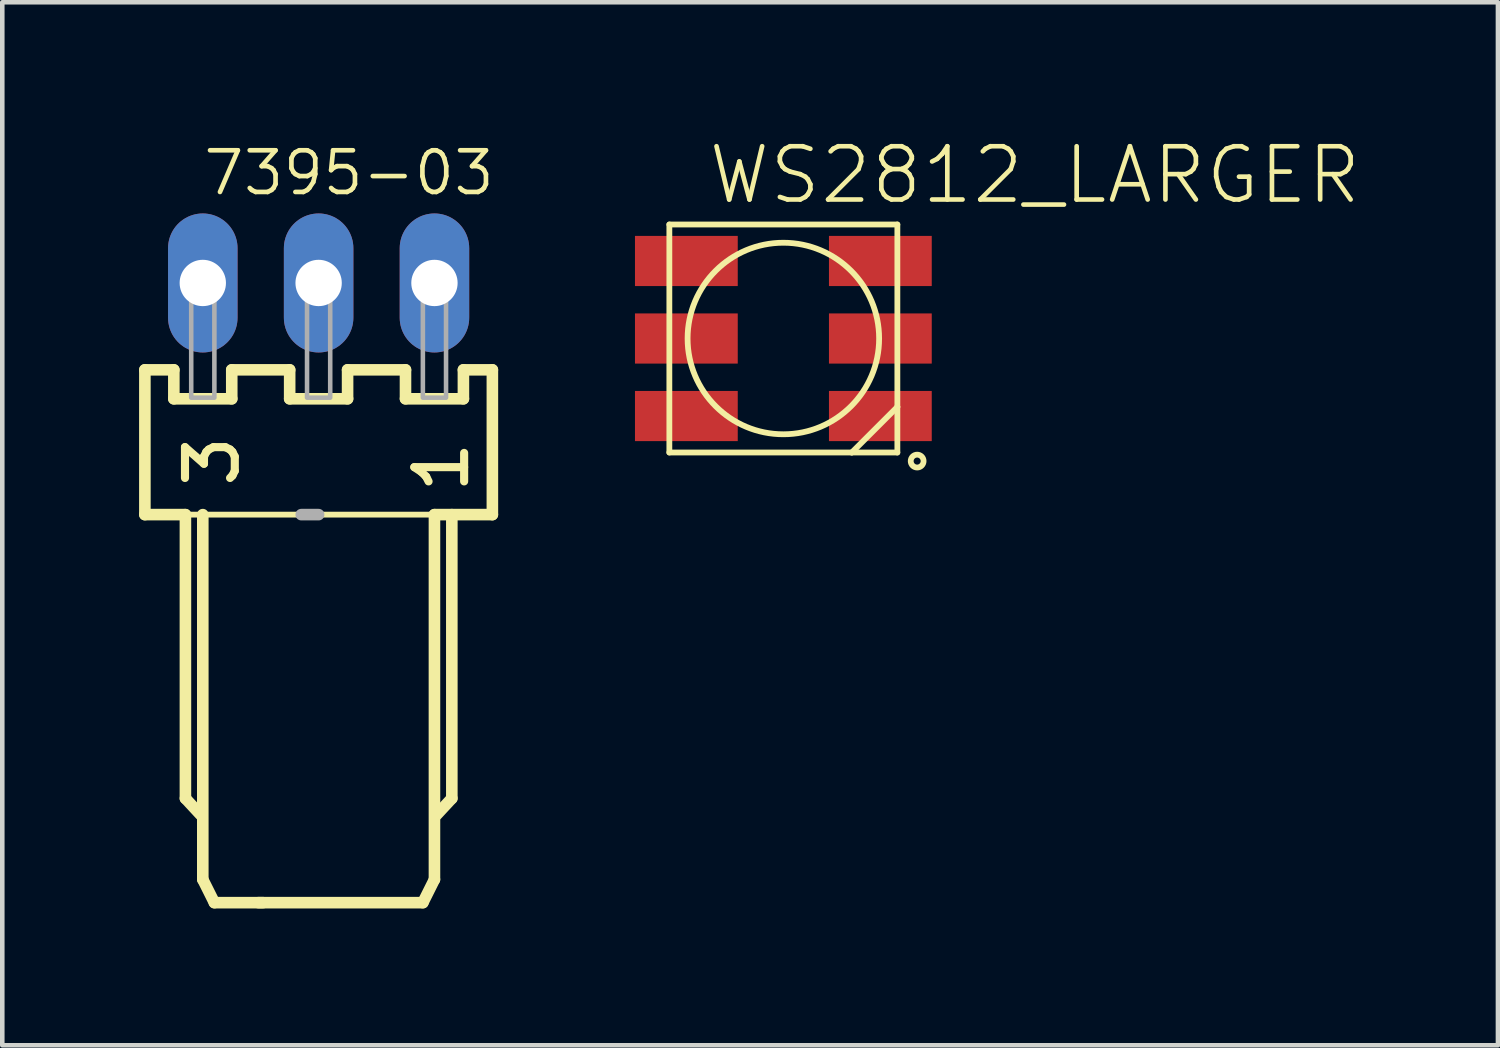
<source format=kicad_pcb>
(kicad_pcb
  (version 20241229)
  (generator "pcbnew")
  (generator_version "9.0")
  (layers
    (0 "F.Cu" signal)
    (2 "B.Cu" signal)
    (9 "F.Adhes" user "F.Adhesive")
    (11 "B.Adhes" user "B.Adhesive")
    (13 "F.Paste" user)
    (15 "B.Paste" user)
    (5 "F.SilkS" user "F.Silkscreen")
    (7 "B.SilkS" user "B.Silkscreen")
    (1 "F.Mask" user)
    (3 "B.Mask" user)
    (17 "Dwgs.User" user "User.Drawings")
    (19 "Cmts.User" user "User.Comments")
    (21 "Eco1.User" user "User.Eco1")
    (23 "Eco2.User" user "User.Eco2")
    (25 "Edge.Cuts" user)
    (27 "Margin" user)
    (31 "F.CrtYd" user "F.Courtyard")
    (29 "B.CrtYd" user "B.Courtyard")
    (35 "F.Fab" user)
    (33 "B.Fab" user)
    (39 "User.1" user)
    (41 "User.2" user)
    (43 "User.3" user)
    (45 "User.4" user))
  (footprint "7395-03"
    (layer "F.Cu")
    (at 3.937 3.155)
    (property "Reference" "7395-03" (at 3.91 -2.948 0) (layer "F.SilkS") (effects (font (size 0.914 0.914) (thickness 0.102)) (justify right top)))
    (fp_line (start -3.81 1.905) (end -3.81 5.08) (stroke (width 0.254) (type solid)) (layer "F.SilkS"))
    (fp_line (start -3.81 5.08) (end -2.921 5.08) (stroke (width 0.254) (type solid)) (layer "F.SilkS"))
    (fp_line (start -3.175 1.905) (end -3.81 1.905) (stroke (width 0.254) (type solid)) (layer "F.SilkS"))
    (fp_line (start -3.175 2.54) (end -3.175 1.905) (stroke (width 0.254) (type solid)) (layer "F.SilkS"))
    (fp_line (start -2.921 5.08) (end -2.921 11.303) (stroke (width 0.254) (type solid)) (layer "F.SilkS"))
    (fp_line (start -2.921 5.08) (end 2.54 5.08) (stroke (width 0.127) (type solid)) (layer "F.SilkS"))
    (fp_line (start -2.921 11.303) (end -2.591 11.659) (stroke (width 0.254) (type solid)) (layer "F.SilkS"))
    (fp_line (start -2.54 5.08) (end -2.54 13.081) (stroke (width 0.254) (type solid)) (layer "F.SilkS"))
    (fp_line (start -2.54 13.081) (end -2.286 13.589) (stroke (width 0.254) (type solid)) (layer "F.SilkS"))
    (fp_line (start -2.286 13.589) (end -1.219 13.589) (stroke (width 0.254) (type solid)) (layer "F.SilkS"))
    (fp_line (start -1.905 1.905) (end -1.905 2.54) (stroke (width 0.254) (type solid)) (layer "F.SilkS"))
    (fp_line (start -1.905 2.54) (end -3.175 2.54) (stroke (width 0.254) (type solid)) (layer "F.SilkS"))
    (fp_line (start -0.635 1.905) (end -1.905 1.905) (stroke (width 0.254) (type solid)) (layer "F.SilkS"))
    (fp_line (start -0.635 2.54) (end -0.635 1.905) (stroke (width 0.254) (type solid)) (layer "F.SilkS"))
    (fp_line (start 0.635 1.905) (end 0.635 2.54) (stroke (width 0.254) (type solid)) (layer "F.SilkS"))
    (fp_line (start 0.635 2.54) (end -0.635 2.54) (stroke (width 0.254) (type solid)) (layer "F.SilkS"))
    (fp_line (start 1.905 1.905) (end 0.635 1.905) (stroke (width 0.254) (type solid)) (layer "F.SilkS"))
    (fp_line (start 1.905 2.54) (end 1.905 1.905) (stroke (width 0.254) (type solid)) (layer "F.SilkS"))
    (fp_line (start 2.286 13.589) (end -1.321 13.589) (stroke (width 0.254) (type solid)) (layer "F.SilkS"))
    (fp_line (start 2.54 5.08) (end 2.54 13.081) (stroke (width 0.254) (type solid)) (layer "F.SilkS"))
    (fp_line (start 2.54 5.08) (end 3.81 5.08) (stroke (width 0.254) (type solid)) (layer "F.SilkS"))
    (fp_line (start 2.54 13.081) (end 2.286 13.589) (stroke (width 0.254) (type solid)) (layer "F.SilkS"))
    (fp_line (start 2.921 5.08) (end 2.921 11.303) (stroke (width 0.254) (type solid)) (layer "F.SilkS"))
    (fp_line (start 2.921 11.303) (end 2.591 11.659) (stroke (width 0.254) (type solid)) (layer "F.SilkS"))
    (fp_line (start 3.175 1.905) (end 3.175 2.54) (stroke (width 0.254) (type solid)) (layer "F.SilkS"))
    (fp_line (start 3.175 2.54) (end 1.905 2.54) (stroke (width 0.254) (type solid)) (layer "F.SilkS"))
    (fp_line (start 3.81 1.905) (end 3.175 1.905) (stroke (width 0.254) (type solid)) (layer "F.SilkS"))
    (fp_line (start 3.81 5.08) (end 3.81 1.905) (stroke (width 0.254) (type solid)) (layer "F.SilkS"))
    (fp_line (start 0 5.08) (end -0.381 5.08) (stroke (width 0.254) (type solid)) (layer "F.Fab"))
    (fp_poly (pts (xy -2.794 0.254) (xy -2.286 0.254) (xy -2.286 -0.254) (xy -2.794 -0.254)) (stroke (width 0.1) (type solid)) (fill no) (layer "F.Fab"))
    (fp_poly (pts (xy -2.794 2.515) (xy -2.286 2.515) (xy -2.286 0.279) (xy -2.794 0.279)) (stroke (width 0.1) (type solid)) (fill no) (layer "F.Fab"))
    (fp_poly (pts (xy -0.254 0.254) (xy 0.254 0.254) (xy 0.254 -0.254) (xy -0.254 -0.254)) (stroke (width 0.1) (type solid)) (fill no) (layer "F.Fab"))
    (fp_poly (pts (xy -0.254 2.515) (xy 0.254 2.515) (xy 0.254 0.279) (xy -0.254 0.279)) (stroke (width 0.1) (type solid)) (fill no) (layer "F.Fab"))
    (fp_poly (pts (xy 2.286 0.254) (xy 2.794 0.254) (xy 2.794 -0.254) (xy 2.286 -0.254)) (stroke (width 0.1) (type solid)) (fill no) (layer "F.Fab"))
    (fp_poly (pts (xy 2.286 2.515) (xy 2.794 2.515) (xy 2.794 0.279) (xy 2.286 0.279)) (stroke (width 0.1) (type solid)) (fill no) (layer "F.Fab"))
    (fp_text user "3" (at -2.973 3.275 90) (layer "F.SilkS") (effects (font (size 1.092 1.092) (thickness 0.178)) (justify right top)))
    (fp_text user "1" (at 2.056 3.402 90) (layer "F.SilkS") (effects (font (size 1.092 1.092) (thickness 0.178)) (justify right top)))
    (pad "1" thru_hole oval (at 2.54 0 90) (size 3.048 1.524) (drill 1.016) (layers "*.Cu" "*.Mask"))
    (pad "2" thru_hole oval (at 0 0 90) (size 3.048 1.524) (drill 1.016) (layers "*.Cu" "*.Mask"))
    (pad "3" thru_hole oval (at -2.54 0 90) (size 3.048 1.524) (drill 1.016) (layers "*.Cu" "*.Mask")))
  (footprint "WS2812_LARGER"
    (layer "F.Cu")
    (at 14.128 4.373)
    (property "Reference" "WS2812_LARGER" (at -1.7 -2.9 0) (layer "F.SilkS") (effects (font (size 1.168 1.168) (thickness 0.102)) (justify left bottom)))
    (fp_line (start -2.5 -2.5) (end 2.5 -2.5) (stroke (width 0.127) (type solid)) (layer "F.SilkS"))
    (fp_line (start -2.5 2.5) (end -2.5 -2.5) (stroke (width 0.127) (type solid)) (layer "F.SilkS"))
    (fp_line (start 1.5 2.5) (end -2.5 2.5) (stroke (width 0.127) (type solid)) (layer "F.SilkS"))
    (fp_line (start 1.5 2.5) (end 2.5 1.5) (stroke (width 0.127) (type solid)) (layer "F.SilkS"))
    (fp_line (start 2.5 -2.5) (end 2.5 1.5) (stroke (width 0.127) (type solid)) (layer "F.SilkS"))
    (fp_line (start 2.5 1.5) (end 2.5 2.5) (stroke (width 0.127) (type solid)) (layer "F.SilkS"))
    (fp_line (start 2.5 2.5) (end 1.5 2.5) (stroke (width 0.127) (type solid)) (layer "F.SilkS"))
    (fp_circle (center 0 0) (end 2.1 0) (stroke (width 0.127) (type solid)) (fill no) (layer "F.SilkS"))
    (fp_circle (center 2.934 2.688) (end 3.075 2.688) (stroke (width 0.127) (type solid)) (fill no) (layer "F.SilkS"))
    (pad "DI" smd rect (at 2.127 0) (size 2.254 1.1) (layers "F.Cu" "F.Mask" "F.Paste"))
    (pad "DO" smd rect (at 2.127 1.7) (size 2.254 1.1) (layers "F.Cu" "F.Mask" "F.Paste"))
    (pad "LEDVDD" smd rect (at -2.127 0) (size 2.254 1.1) (layers "F.Cu" "F.Mask" "F.Paste"))
    (pad "NC" smd rect (at -2.127 -1.7) (size 2.254 1.1) (layers "F.Cu" "F.Mask" "F.Paste"))
    (pad "VDD" smd rect (at 2.127 -1.7) (size 2.254 1.1) (layers "F.Cu" "F.Mask" "F.Paste"))
    (pad "VSS" smd rect (at -2.127 1.7) (size 2.254 1.1) (layers "F.Cu" "F.Mask" "F.Paste")))
  (gr_rect
    (start -3 -3)
    (end 29.798 19.871)
    (stroke (width 0.1) (type default))
    (fill no)
    (layer "Edge.Cuts")))
</source>
